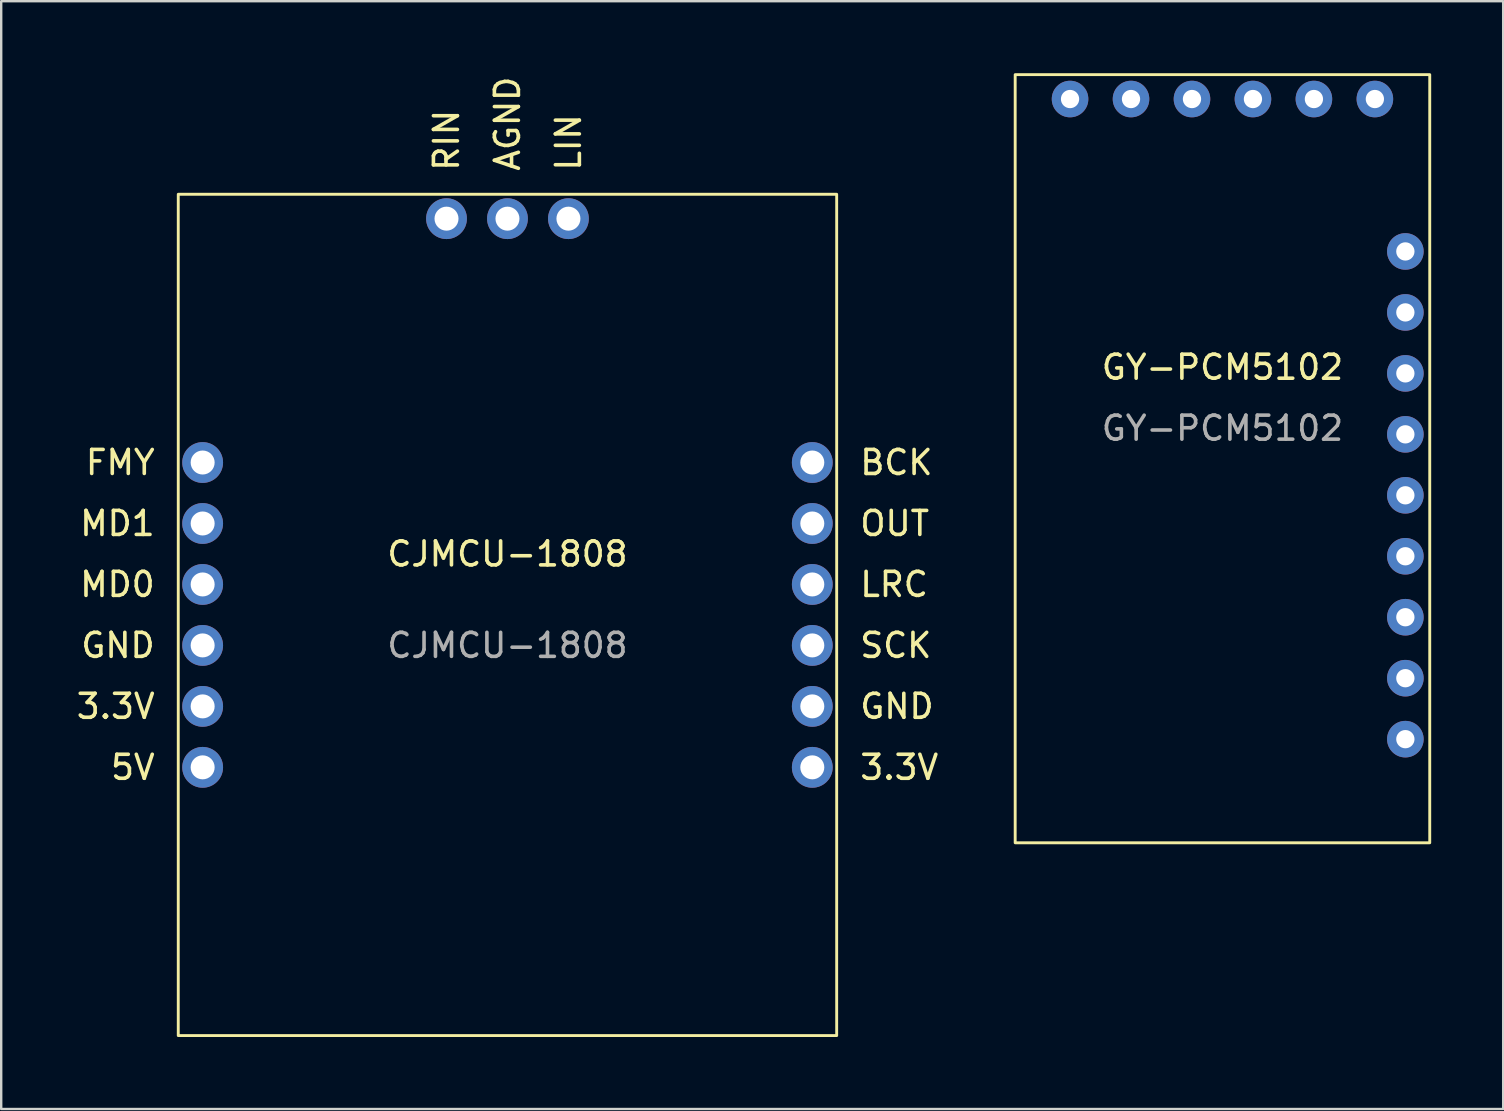
<source format=kicad_pcb>
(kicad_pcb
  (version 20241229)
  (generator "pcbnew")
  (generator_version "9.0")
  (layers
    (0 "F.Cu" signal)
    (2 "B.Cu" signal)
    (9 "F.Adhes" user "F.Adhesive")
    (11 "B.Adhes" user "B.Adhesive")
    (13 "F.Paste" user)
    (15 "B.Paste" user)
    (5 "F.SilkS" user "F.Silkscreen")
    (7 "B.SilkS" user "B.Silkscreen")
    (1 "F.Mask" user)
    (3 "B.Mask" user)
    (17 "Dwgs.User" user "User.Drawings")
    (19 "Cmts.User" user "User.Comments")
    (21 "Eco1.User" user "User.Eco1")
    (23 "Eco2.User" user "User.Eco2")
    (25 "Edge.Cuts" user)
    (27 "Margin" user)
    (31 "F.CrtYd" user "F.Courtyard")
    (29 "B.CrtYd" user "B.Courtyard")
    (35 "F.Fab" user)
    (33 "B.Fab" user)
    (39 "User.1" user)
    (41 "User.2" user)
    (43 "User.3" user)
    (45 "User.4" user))
  (footprint "CJMCU-1808"
    (layer "F.Cu")
    (at 18.093 22.57)
    (property "Reference" "CJMCU-1808" (at 0 -2.54 0) (unlocked yes) (layer "F.SilkS") (effects (font (size 1 1) (thickness 0.15))))
    (attr through_hole)
    (fp_rect (start -13.716 -17.526) (end 13.716 17.526) (stroke (width 0.12) (type solid)) (fill no) (layer "F.SilkS"))
    (fp_text user "AGND" (at 0 -18.415 90) (unlocked yes) (layer "F.SilkS") (effects (font (size 1 1) (thickness 0.15)) (justify left)))
    (fp_text user "BCK" (at 14.605 -6.35 0) (unlocked yes) (layer "F.SilkS") (effects (font (size 1 1) (thickness 0.15)) (justify left)))
    (fp_text user "GND" (at -14.605 1.27 0) (unlocked yes) (layer "F.SilkS") (effects (font (size 1 1) (thickness 0.15)) (justify right)))
    (fp_text user "MD1" (at -14.605 -3.81 0) (unlocked yes) (layer "F.SilkS") (effects (font (size 1 1) (thickness 0.15)) (justify right)))
    (fp_text user "5V" (at -14.605 6.35 0) (unlocked yes) (layer "F.SilkS") (effects (font (size 1 1) (thickness 0.15)) (justify right)))
    (fp_text user "FMY" (at -14.605 -6.35 0) (unlocked yes) (layer "F.SilkS") (effects (font (size 1 1) (thickness 0.15)) (justify right)))
    (fp_text user "SCK" (at 14.605 1.27 0) (unlocked yes) (layer "F.SilkS") (effects (font (size 1 1) (thickness 0.15)) (justify left)))
    (fp_text user "MD0" (at -14.605 -1.27 0) (unlocked yes) (layer "F.SilkS") (effects (font (size 1 1) (thickness 0.15)) (justify right)))
    (fp_text user "3.3V" (at 14.605 6.35 0) (unlocked yes) (layer "F.SilkS") (effects (font (size 1 1) (thickness 0.15)) (justify left)))
    (fp_text user "LRC" (at 14.605 -1.27 0) (unlocked yes) (layer "F.SilkS") (effects (font (size 1 1) (thickness 0.15)) (justify left)))
    (fp_text user "LIN" (at 2.54 -19.685 90) (unlocked yes) (layer "F.SilkS") (effects (font (size 1 1) (thickness 0.15))))
    (fp_text user "GND" (at 14.605 3.81 0) (unlocked yes) (layer "F.SilkS") (effects (font (size 1 1) (thickness 0.15)) (justify left)))
    (fp_text user "3.3V" (at -14.605 3.81 0) (unlocked yes) (layer "F.SilkS") (effects (font (size 1 1) (thickness 0.15)) (justify right)))
    (fp_text user "OUT" (at 14.605 -3.81 0) (unlocked yes) (layer "F.SilkS") (effects (font (size 1 1) (thickness 0.15)) (justify left)))
    (fp_text user "RIN" (at -2.54 -18.415 90) (unlocked yes) (layer "F.SilkS") (effects (font (size 1 1) (thickness 0.15)) (justify left)))
    (fp_text user "${REFERENCE}" (at 0 1.27 0) (unlocked yes) (layer "F.Fab") (effects (font (size 1 1) (thickness 0.15))))
    (pad "1" thru_hole circle (at -2.54 -16.51) (size 1.7 1.7) (drill 1) (layers "*.Cu" "*.Mask"))
    (pad "2" thru_hole circle (at 0 -16.51) (size 1.7 1.7) (drill 1) (layers "*.Cu" "*.Mask"))
    (pad "3" thru_hole circle (at 2.54 -16.51) (size 1.7 1.7) (drill 1) (layers "*.Cu" "*.Mask"))
    (pad "4" thru_hole circle (at -12.7 -6.35) (size 1.7 1.7) (drill 1) (layers "*.Cu" "*.Mask"))
    (pad "5" thru_hole circle (at 12.7 -6.35) (size 1.7 1.7) (drill 1) (layers "*.Cu" "*.Mask"))
    (pad "6" thru_hole circle (at -12.7 -3.81) (size 1.7 1.7) (drill 1) (layers "*.Cu" "*.Mask"))
    (pad "7" thru_hole circle (at 12.7 -3.81) (size 1.7 1.7) (drill 1) (layers "*.Cu" "*.Mask"))
    (pad "8" thru_hole circle (at -12.7 -1.27) (size 1.7 1.7) (drill 1) (layers "*.Cu" "*.Mask"))
    (pad "9" thru_hole circle (at 12.7 -1.27) (size 1.7 1.7) (drill 1) (layers "*.Cu" "*.Mask"))
    (pad "10" thru_hole circle (at -12.7 1.27) (size 1.7 1.7) (drill 1) (layers "*.Cu" "*.Mask"))
    (pad "11" thru_hole circle (at 12.7 1.27) (size 1.7 1.7) (drill 1) (layers "*.Cu" "*.Mask"))
    (pad "12" thru_hole circle (at -12.7 3.81) (size 1.7 1.7) (drill 1) (layers "*.Cu" "*.Mask"))
    (pad "13" thru_hole circle (at 12.7 3.81) (size 1.7 1.7) (drill 1) (layers "*.Cu" "*.Mask"))
    (pad "14" thru_hole circle (at -12.7 6.35) (size 1.7 1.7) (drill 1) (layers "*.Cu" "*.Mask"))
    (pad "15" thru_hole circle (at 12.7 6.35) (size 1.7 1.7) (drill 1) (layers "*.Cu" "*.Mask")))
  (footprint "GY-PCM5102"
    (layer "F.Cu")
    (at 47.882 13.776)
    (property "Reference" "GY-PCM5102" (at 0 -1.524 0) (unlocked yes) (layer "F.SilkS") (effects (font (size 1 1) (thickness 0.15))))
    (attr through_hole)
    (fp_rect (start 8.636 -13.716) (end -8.636 18.288) (stroke (width 0.12) (type solid)) (fill no) (layer "F.SilkS"))
    (fp_text user "${REFERENCE}" (at 0 1.016 0) (unlocked yes) (layer "F.Fab") (effects (font (size 1 1) (thickness 0.15))))
    (pad "1" thru_hole circle (at -6.35 -12.7) (size 1.524 1.524) (drill 0.762) (layers "*.Cu" "*.Mask"))
    (pad "2" thru_hole circle (at -3.81 -12.7) (size 1.524 1.524) (drill 0.762) (layers "*.Cu" "*.Mask"))
    (pad "3" thru_hole circle (at -1.27 -12.7) (size 1.524 1.524) (drill 0.762) (layers "*.Cu" "*.Mask"))
    (pad "4" thru_hole circle (at 1.27 -12.7) (size 1.524 1.524) (drill 0.762) (layers "*.Cu" "*.Mask"))
    (pad "5" thru_hole circle (at 3.81 -12.7) (size 1.524 1.524) (drill 0.762) (layers "*.Cu" "*.Mask"))
    (pad "6" thru_hole circle (at 6.35 -12.7) (size 1.524 1.524) (drill 0.762) (layers "*.Cu" "*.Mask"))
    (pad "7" thru_hole circle (at 7.62 -6.35) (size 1.524 1.524) (drill 0.762) (layers "*.Cu" "*.Mask"))
    (pad "8" thru_hole circle (at 7.62 -3.81) (size 1.524 1.524) (drill 0.762) (layers "*.Cu" "*.Mask"))
    (pad "9" thru_hole circle (at 7.62 -1.27) (size 1.524 1.524) (drill 0.762) (layers "*.Cu" "*.Mask"))
    (pad "10" thru_hole circle (at 7.62 1.27) (size 1.524 1.524) (drill 0.762) (layers "*.Cu" "*.Mask"))
    (pad "11" thru_hole circle (at 7.62 3.81) (size 1.524 1.524) (drill 0.762) (layers "*.Cu" "*.Mask"))
    (pad "12" thru_hole circle (at 7.62 6.35) (size 1.524 1.524) (drill 0.762) (layers "*.Cu" "*.Mask"))
    (pad "13" thru_hole circle (at 7.62 8.89) (size 1.524 1.524) (drill 0.762) (layers "*.Cu" "*.Mask"))
    (pad "14" thru_hole circle (at 7.62 11.43) (size 1.524 1.524) (drill 0.762) (layers "*.Cu" "*.Mask"))
    (pad "15" thru_hole circle (at 7.62 13.97) (size 1.524 1.524) (drill 0.762) (layers "*.Cu" "*.Mask")))
  (gr_rect
    (start -3 -3)
    (end 59.578 43.156)
    (stroke (width 0.1) (type default))
    (fill no)
    (layer "Edge.Cuts")))
</source>
